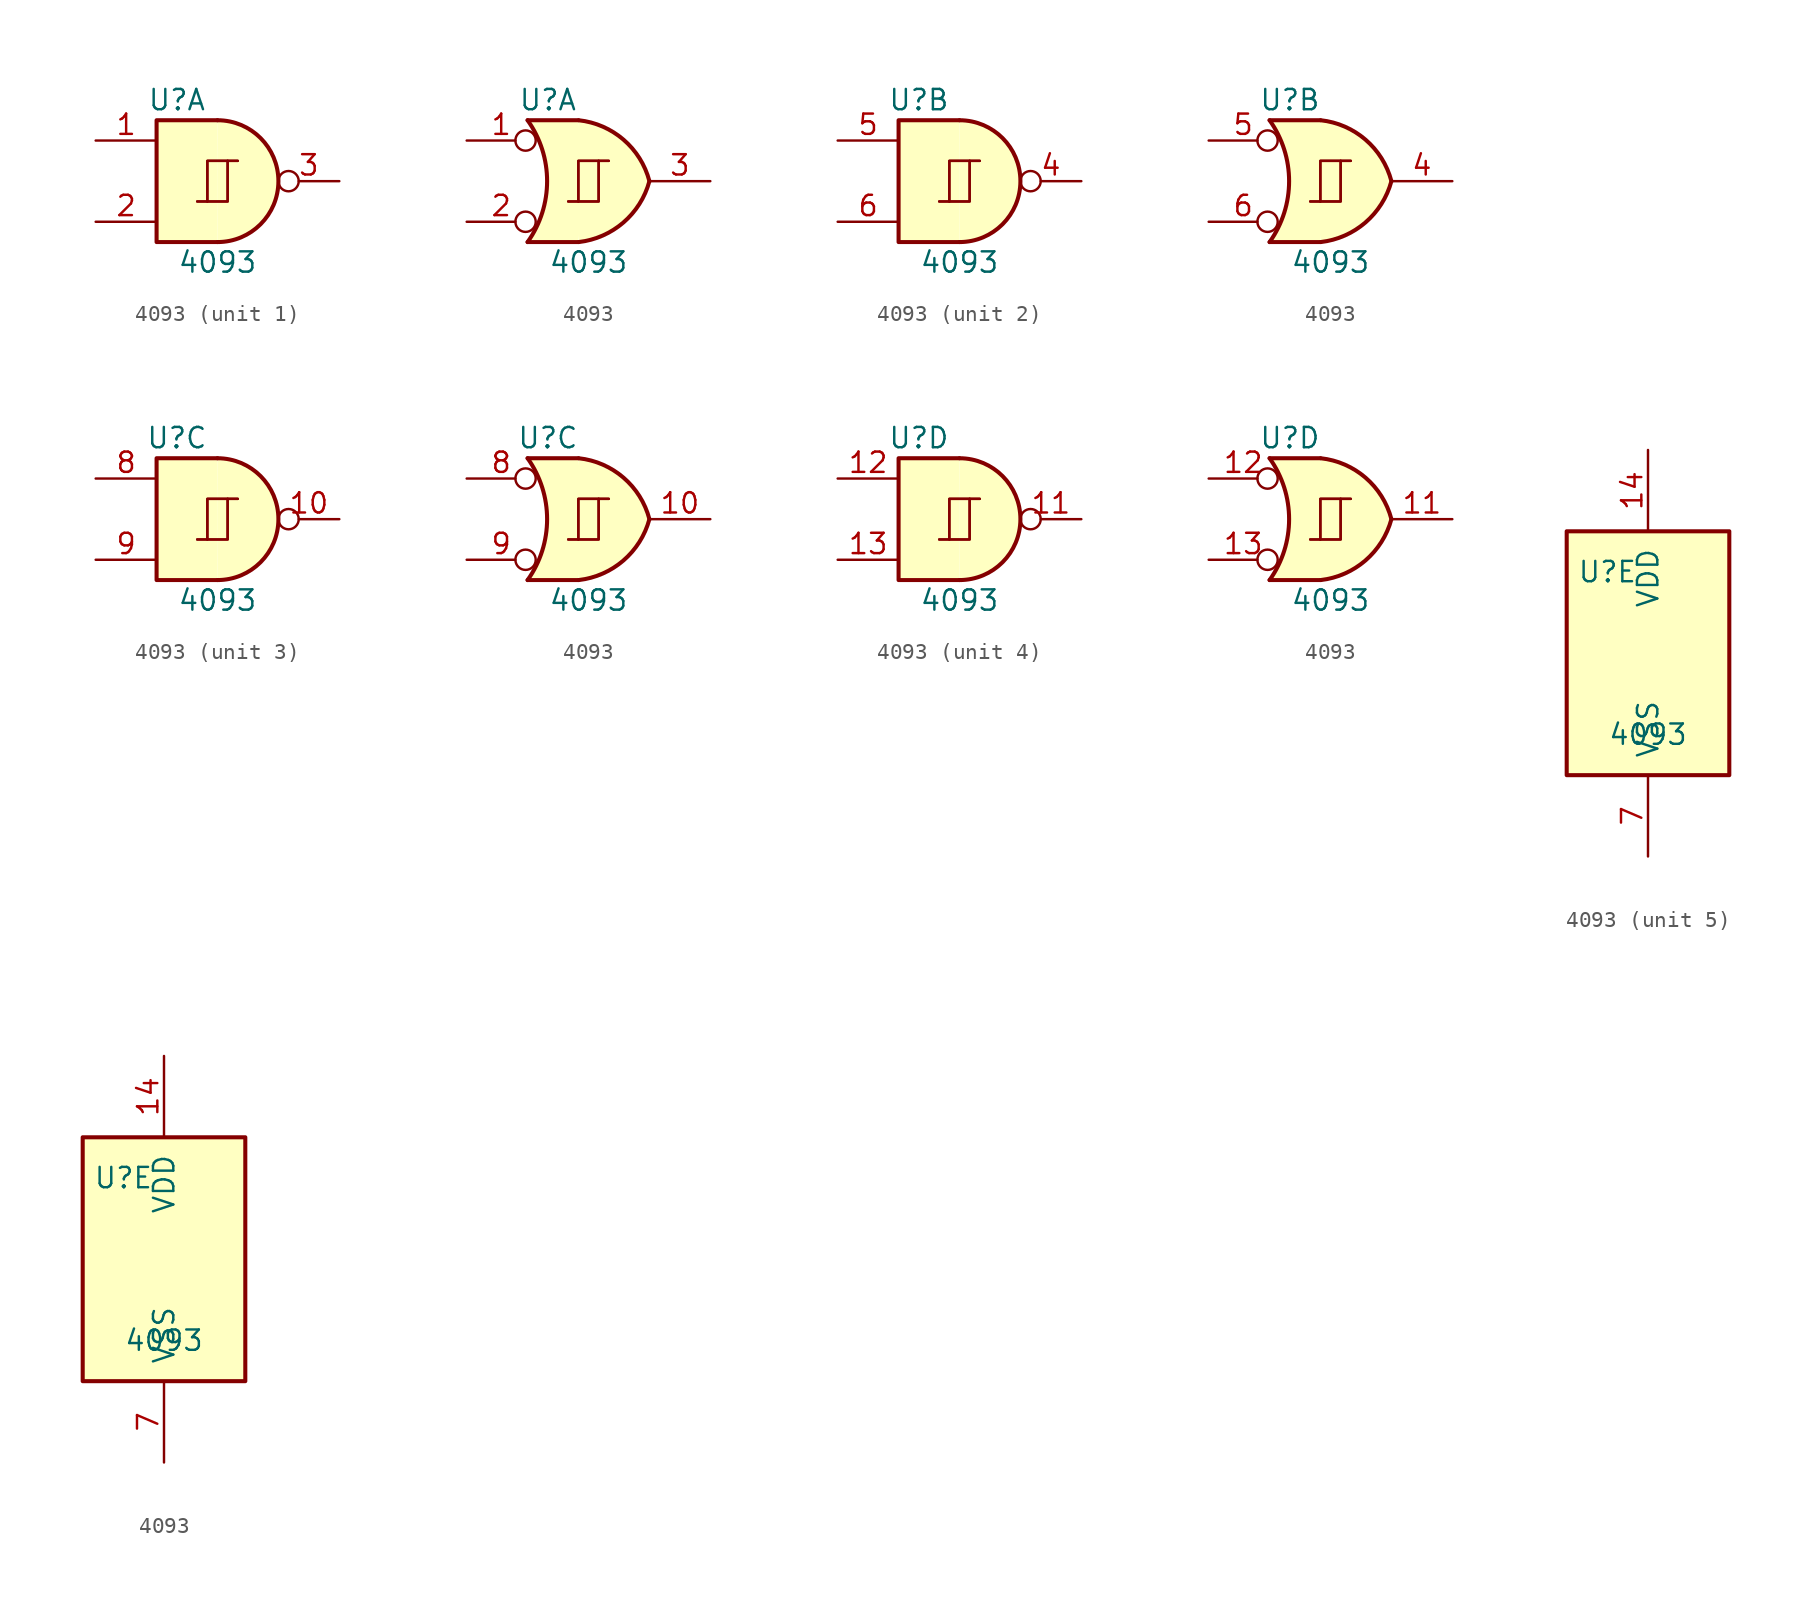
<source format=kicad_sym>
(kicad_symbol_lib
  (version 20211014)
  (generator kicad_symbol_editor)
  (symbol "4093"
    (pin_names
      (offset 1.016))
    (property "Reference" "U"
      (at -2.54 5.08 0)
      (effects (font (size 1.27 1.27))))
    (property "Value" "4093"
      (at 0 -5.08 0)
      (effects (font (size 1.27 1.27))))
    (property "ki_locked" ""
      (at 0 0 0)
      (effects (font (size 1.27 1.27))))
    (symbol "4093_1_0"
      (polyline (pts (xy -0.635 -1.27) (xy -0.635 1.27) (xy 0.635 1.27)) (stroke (width 0) (type default) (color 0 0 0 0)) (fill (type none)))
      (polyline (pts (xy -0.635 -1.27) (xy -0.635 1.27) (xy 0.635 1.27)) (stroke (width 0) (type default) (color 0 0 0 0)) (fill (type none)))
      (polyline (pts (xy -1.27 -1.27) (xy 0.635 -1.27) (xy 0.635 1.27) (xy 1.27 1.27)) (stroke (width 0) (type default) (color 0 0 0 0)) (fill (type none)))
      (polyline (pts (xy -1.27 -1.27) (xy 0.635 -1.27) (xy 0.635 1.27) (xy 1.27 1.27)) (stroke (width 0) (type default) (color 0 0 0 0)) (fill (type none))))
    (symbol "4093_1_1"
      (arc (start 0 -3.81) (mid 3.81 0) (end 0 3.81) (stroke (width 0.254) (type default) (color 0 0 0 0)) (fill (type background)))
      (polyline (pts (xy 0 3.81) (xy -3.81 3.81) (xy -3.81 -3.81) (xy 0 -3.81)) (stroke (width 0.254) (type default) (color 0 0 0 0)) (fill (type background)))
      (pin input line (at -7.62 2.54 0) (length 3.81) (name "~" (effects (font (size 1.27 1.27)))) (number "1" (effects (font (size 1.27 1.27)))))
      (pin input line (at -7.62 -2.54 0) (length 3.81) (name "~" (effects (font (size 1.27 1.27)))) (number "2" (effects (font (size 1.27 1.27)))))
      (pin output inverted (at 7.62 0 180) (length 3.81) (name "~" (effects (font (size 1.27 1.27)))) (number "3" (effects (font (size 1.27 1.27))))))
    (symbol "4093_1_2"
      (arc (start -3.81 -3.81) (mid -2.589 0) (end -3.81 3.81) (stroke (width 0.254) (type default) (color 0 0 0 0)) (fill (type none)))
      (arc (start -0.6096 -3.81) (mid 2.1842 -2.5851) (end 3.81 0) (stroke (width 0.254) (type default) (color 0 0 0 0)) (fill (type background)))
      (polyline (pts (xy -3.81 -3.81) (xy -0.635 -3.81)) (stroke (width 0.254) (type default) (color 0 0 0 0)) (fill (type background)))
      (polyline (pts (xy -3.81 3.81) (xy -0.635 3.81)) (stroke (width 0.254) (type default) (color 0 0 0 0)) (fill (type background)))
      (polyline (pts (xy -0.635 3.81) (xy -3.81 3.81) (xy -3.81 3.81) (xy -3.556 3.404) (xy -3.023 2.261) (xy -2.692 1.041) (xy -2.616 -0.254) (xy -2.769 -1.499) (xy -3.175 -2.718) (xy -3.81 -3.81) (xy -3.81 -3.81) (xy -0.635 -3.81)) (stroke (width -25.4) (type default) (color 0 0 0 0)) (fill (type background)))
      (arc (start 3.81 0) (mid 2.1915 2.5936) (end -0.6096 3.81) (stroke (width 0.254) (type default) (color 0 0 0 0)) (fill (type background)))
      (pin input inverted (at -7.62 2.54 0) (length 4.318) (name "~" (effects (font (size 1.27 1.27)))) (number "1" (effects (font (size 1.27 1.27)))))
      (pin input inverted (at -7.62 -2.54 0) (length 4.318) (name "~" (effects (font (size 1.27 1.27)))) (number "2" (effects (font (size 1.27 1.27)))))
      (pin output line (at 7.62 0 180) (length 3.81) (name "~" (effects (font (size 1.27 1.27)))) (number "3" (effects (font (size 1.27 1.27))))))
    (symbol "4093_2_0"
      (polyline (pts (xy -0.635 -1.27) (xy -0.635 1.27) (xy 0.635 1.27)) (stroke (width 0) (type default) (color 0 0 0 0)) (fill (type none)))
      (polyline (pts (xy -0.635 -1.27) (xy -0.635 1.27) (xy 0.635 1.27)) (stroke (width 0) (type default) (color 0 0 0 0)) (fill (type none)))
      (polyline (pts (xy -1.27 -1.27) (xy 0.635 -1.27) (xy 0.635 1.27) (xy 1.27 1.27)) (stroke (width 0) (type default) (color 0 0 0 0)) (fill (type none)))
      (polyline (pts (xy -1.27 -1.27) (xy 0.635 -1.27) (xy 0.635 1.27) (xy 1.27 1.27)) (stroke (width 0) (type default) (color 0 0 0 0)) (fill (type none))))
    (symbol "4093_2_1"
      (arc (start 0 -3.81) (mid 3.81 0) (end 0 3.81) (stroke (width 0.254) (type default) (color 0 0 0 0)) (fill (type background)))
      (polyline (pts (xy 0 3.81) (xy -3.81 3.81) (xy -3.81 -3.81) (xy 0 -3.81)) (stroke (width 0.254) (type default) (color 0 0 0 0)) (fill (type background)))
      (pin output inverted (at 7.62 0 180) (length 3.81) (name "~" (effects (font (size 1.27 1.27)))) (number "4" (effects (font (size 1.27 1.27)))))
      (pin input line (at -7.62 2.54 0) (length 3.81) (name "~" (effects (font (size 1.27 1.27)))) (number "5" (effects (font (size 1.27 1.27)))))
      (pin input line (at -7.62 -2.54 0) (length 3.81) (name "~" (effects (font (size 1.27 1.27)))) (number "6" (effects (font (size 1.27 1.27))))))
    (symbol "4093_2_2"
      (arc (start -3.81 -3.81) (mid -2.589 0) (end -3.81 3.81) (stroke (width 0.254) (type default) (color 0 0 0 0)) (fill (type none)))
      (arc (start -0.6096 -3.81) (mid 2.1842 -2.5851) (end 3.81 0) (stroke (width 0.254) (type default) (color 0 0 0 0)) (fill (type background)))
      (polyline (pts (xy -3.81 -3.81) (xy -0.635 -3.81)) (stroke (width 0.254) (type default) (color 0 0 0 0)) (fill (type background)))
      (polyline (pts (xy -3.81 3.81) (xy -0.635 3.81)) (stroke (width 0.254) (type default) (color 0 0 0 0)) (fill (type background)))
      (polyline (pts (xy -0.635 3.81) (xy -3.81 3.81) (xy -3.81 3.81) (xy -3.556 3.404) (xy -3.023 2.261) (xy -2.692 1.041) (xy -2.616 -0.254) (xy -2.769 -1.499) (xy -3.175 -2.718) (xy -3.81 -3.81) (xy -3.81 -3.81) (xy -0.635 -3.81)) (stroke (width -25.4) (type default) (color 0 0 0 0)) (fill (type background)))
      (arc (start 3.81 0) (mid 2.1915 2.5936) (end -0.6096 3.81) (stroke (width 0.254) (type default) (color 0 0 0 0)) (fill (type background)))
      (pin output line (at 7.62 0 180) (length 3.81) (name "~" (effects (font (size 1.27 1.27)))) (number "4" (effects (font (size 1.27 1.27)))))
      (pin input inverted (at -7.62 2.54 0) (length 4.318) (name "~" (effects (font (size 1.27 1.27)))) (number "5" (effects (font (size 1.27 1.27)))))
      (pin input inverted (at -7.62 -2.54 0) (length 4.318) (name "~" (effects (font (size 1.27 1.27)))) (number "6" (effects (font (size 1.27 1.27))))))
    (symbol "4093_3_0"
      (polyline (pts (xy -0.635 -1.27) (xy -0.635 1.27) (xy 0.635 1.27)) (stroke (width 0) (type default) (color 0 0 0 0)) (fill (type none)))
      (polyline (pts (xy -0.635 -1.27) (xy -0.635 1.27) (xy 0.635 1.27)) (stroke (width 0) (type default) (color 0 0 0 0)) (fill (type none)))
      (polyline (pts (xy -1.27 -1.27) (xy 0.635 -1.27) (xy 0.635 1.27) (xy 1.27 1.27)) (stroke (width 0) (type default) (color 0 0 0 0)) (fill (type none)))
      (polyline (pts (xy -1.27 -1.27) (xy 0.635 -1.27) (xy 0.635 1.27) (xy 1.27 1.27)) (stroke (width 0) (type default) (color 0 0 0 0)) (fill (type none))))
    (symbol "4093_3_1"
      (arc (start 0 -3.81) (mid 3.81 0) (end 0 3.81) (stroke (width 0.254) (type default) (color 0 0 0 0)) (fill (type background)))
      (polyline (pts (xy 0 3.81) (xy -3.81 3.81) (xy -3.81 -3.81) (xy 0 -3.81)) (stroke (width 0.254) (type default) (color 0 0 0 0)) (fill (type background)))
      (pin output inverted (at 7.62 0 180) (length 3.81) (name "~" (effects (font (size 1.27 1.27)))) (number "10" (effects (font (size 1.27 1.27)))))
      (pin input line (at -7.62 2.54 0) (length 3.81) (name "~" (effects (font (size 1.27 1.27)))) (number "8" (effects (font (size 1.27 1.27)))))
      (pin input line (at -7.62 -2.54 0) (length 3.81) (name "~" (effects (font (size 1.27 1.27)))) (number "9" (effects (font (size 1.27 1.27))))))
    (symbol "4093_3_2"
      (arc (start -3.81 -3.81) (mid -2.589 0) (end -3.81 3.81) (stroke (width 0.254) (type default) (color 0 0 0 0)) (fill (type none)))
      (arc (start -0.6096 -3.81) (mid 2.1842 -2.5851) (end 3.81 0) (stroke (width 0.254) (type default) (color 0 0 0 0)) (fill (type background)))
      (polyline (pts (xy -3.81 -3.81) (xy -0.635 -3.81)) (stroke (width 0.254) (type default) (color 0 0 0 0)) (fill (type background)))
      (polyline (pts (xy -3.81 3.81) (xy -0.635 3.81)) (stroke (width 0.254) (type default) (color 0 0 0 0)) (fill (type background)))
      (polyline (pts (xy -0.635 3.81) (xy -3.81 3.81) (xy -3.81 3.81) (xy -3.556 3.404) (xy -3.023 2.261) (xy -2.692 1.041) (xy -2.616 -0.254) (xy -2.769 -1.499) (xy -3.175 -2.718) (xy -3.81 -3.81) (xy -3.81 -3.81) (xy -0.635 -3.81)) (stroke (width -25.4) (type default) (color 0 0 0 0)) (fill (type background)))
      (arc (start 3.81 0) (mid 2.1915 2.5936) (end -0.6096 3.81) (stroke (width 0.254) (type default) (color 0 0 0 0)) (fill (type background)))
      (pin output line (at 7.62 0 180) (length 3.81) (name "~" (effects (font (size 1.27 1.27)))) (number "10" (effects (font (size 1.27 1.27)))))
      (pin input inverted (at -7.62 2.54 0) (length 4.318) (name "~" (effects (font (size 1.27 1.27)))) (number "8" (effects (font (size 1.27 1.27)))))
      (pin input inverted (at -7.62 -2.54 0) (length 4.318) (name "~" (effects (font (size 1.27 1.27)))) (number "9" (effects (font (size 1.27 1.27))))))
    (symbol "4093_4_0"
      (polyline (pts (xy -0.635 -1.27) (xy -0.635 1.27) (xy 0.635 1.27)) (stroke (width 0) (type default) (color 0 0 0 0)) (fill (type none)))
      (polyline (pts (xy -0.635 -1.27) (xy -0.635 1.27) (xy 0.635 1.27)) (stroke (width 0) (type default) (color 0 0 0 0)) (fill (type none)))
      (polyline (pts (xy -1.27 -1.27) (xy 0.635 -1.27) (xy 0.635 1.27) (xy 1.27 1.27)) (stroke (width 0) (type default) (color 0 0 0 0)) (fill (type none)))
      (polyline (pts (xy -1.27 -1.27) (xy 0.635 -1.27) (xy 0.635 1.27) (xy 1.27 1.27)) (stroke (width 0) (type default) (color 0 0 0 0)) (fill (type none))))
    (symbol "4093_4_1"
      (arc (start 0 -3.81) (mid 3.81 0) (end 0 3.81) (stroke (width 0.254) (type default) (color 0 0 0 0)) (fill (type background)))
      (polyline (pts (xy 0 3.81) (xy -3.81 3.81) (xy -3.81 -3.81) (xy 0 -3.81)) (stroke (width 0.254) (type default) (color 0 0 0 0)) (fill (type background)))
      (pin output inverted (at 7.62 0 180) (length 3.81) (name "~" (effects (font (size 1.27 1.27)))) (number "11" (effects (font (size 1.27 1.27)))))
      (pin input line (at -7.62 2.54 0) (length 3.81) (name "~" (effects (font (size 1.27 1.27)))) (number "12" (effects (font (size 1.27 1.27)))))
      (pin input line (at -7.62 -2.54 0) (length 3.81) (name "~" (effects (font (size 1.27 1.27)))) (number "13" (effects (font (size 1.27 1.27))))))
    (symbol "4093_4_2"
      (arc (start -3.81 -3.81) (mid -2.589 0) (end -3.81 3.81) (stroke (width 0.254) (type default) (color 0 0 0 0)) (fill (type none)))
      (arc (start -0.6096 -3.81) (mid 2.1842 -2.5851) (end 3.81 0) (stroke (width 0.254) (type default) (color 0 0 0 0)) (fill (type background)))
      (polyline (pts (xy -3.81 -3.81) (xy -0.635 -3.81)) (stroke (width 0.254) (type default) (color 0 0 0 0)) (fill (type background)))
      (polyline (pts (xy -3.81 3.81) (xy -0.635 3.81)) (stroke (width 0.254) (type default) (color 0 0 0 0)) (fill (type background)))
      (polyline (pts (xy -0.635 3.81) (xy -3.81 3.81) (xy -3.81 3.81) (xy -3.556 3.404) (xy -3.023 2.261) (xy -2.692 1.041) (xy -2.616 -0.254) (xy -2.769 -1.499) (xy -3.175 -2.718) (xy -3.81 -3.81) (xy -3.81 -3.81) (xy -0.635 -3.81)) (stroke (width -25.4) (type default) (color 0 0 0 0)) (fill (type background)))
      (arc (start 3.81 0) (mid 2.1915 2.5936) (end -0.6096 3.81) (stroke (width 0.254) (type default) (color 0 0 0 0)) (fill (type background)))
      (pin output line (at 7.62 0 180) (length 3.81) (name "~" (effects (font (size 1.27 1.27)))) (number "11" (effects (font (size 1.27 1.27)))))
      (pin input inverted (at -7.62 2.54 0) (length 4.318) (name "~" (effects (font (size 1.27 1.27)))) (number "12" (effects (font (size 1.27 1.27)))))
      (pin input inverted (at -7.62 -2.54 0) (length 4.318) (name "~" (effects (font (size 1.27 1.27)))) (number "13" (effects (font (size 1.27 1.27))))))
    (symbol "4093_5_0"
      (pin power_in line (at 0 12.7 270) (length 5.08) (name "VDD" (effects (font (size 1.27 1.27)))) (number "14" (effects (font (size 1.27 1.27)))))
      (pin power_in line (at 0 -12.7 90) (length 5.08) (name "VSS" (effects (font (size 1.27 1.27)))) (number "7" (effects (font (size 1.27 1.27))))))
    (symbol "4093_5_1"
      (rectangle (start -5.08 7.62) (end 5.08 -7.62) (stroke (width 0.254) (type default) (color 0 0 0 0)) (fill (type background))))
    (symbol "4093_5_2"
      (rectangle (start -5.08 7.62) (end 5.08 -7.62) (stroke (width 0.254) (type default) (color 0 0 0 0)) (fill (type background))))))
</source>
